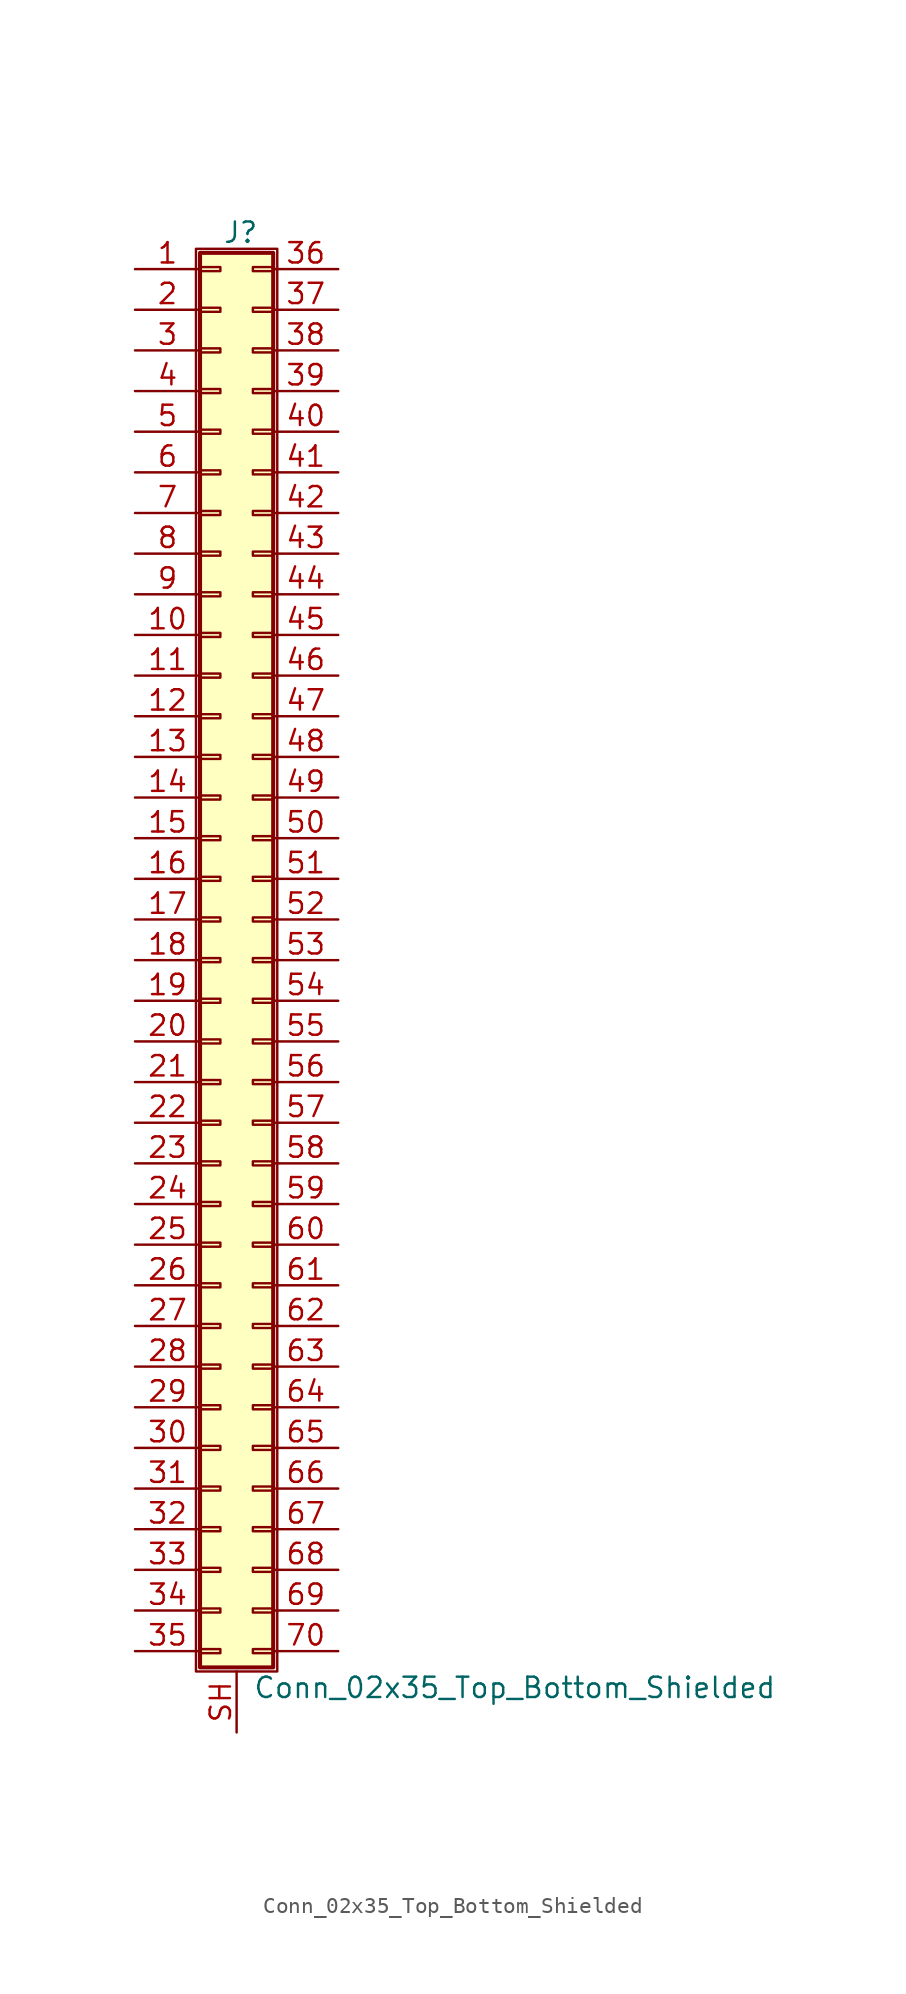
<source format=kicad_sym>
(kicad_symbol_lib
  (version 20211014)
  (generator kicad_symbol_editor)
  (symbol "Conn_02x35_Top_Bottom_Shielded"
    (pin_names
      (offset 1.016) hide)
    (property "Reference" "J"
      (at 1.524 45.466 0)
      (effects (font (size 1.27 1.27))))
    (property "Value" "Conn_02x35_Top_Bottom_Shielded"
      (at 2.286 -45.466 0)
      (effects (font (size 1.27 1.27)) (justify left)))
    (symbol "Conn_02x35_Top_Bottom_Shielded_1_1"
      (rectangle (start -1.27 44.45) (end 3.81 -44.45) (stroke (width 0.152) (type default) (color 0 0 0 0)) (fill (type none)))
      (rectangle (start -1.016 -43.053) (end 0.254 -43.307) (stroke (width 0.152) (type default) (color 0 0 0 0)) (fill (type none)))
      (rectangle (start -1.016 -40.513) (end 0.254 -40.767) (stroke (width 0.152) (type default) (color 0 0 0 0)) (fill (type none)))
      (rectangle (start -1.016 -37.973) (end 0.254 -38.227) (stroke (width 0.152) (type default) (color 0 0 0 0)) (fill (type none)))
      (rectangle (start -1.016 -35.433) (end 0.254 -35.687) (stroke (width 0.152) (type default) (color 0 0 0 0)) (fill (type none)))
      (rectangle (start -1.016 -32.893) (end 0.254 -33.147) (stroke (width 0.152) (type default) (color 0 0 0 0)) (fill (type none)))
      (rectangle (start -1.016 -30.353) (end 0.254 -30.607) (stroke (width 0.152) (type default) (color 0 0 0 0)) (fill (type none)))
      (rectangle (start -1.016 -27.813) (end 0.254 -28.067) (stroke (width 0.152) (type default) (color 0 0 0 0)) (fill (type none)))
      (rectangle (start -1.016 -25.273) (end 0.254 -25.527) (stroke (width 0.152) (type default) (color 0 0 0 0)) (fill (type none)))
      (rectangle (start -1.016 -22.733) (end 0.254 -22.987) (stroke (width 0.152) (type default) (color 0 0 0 0)) (fill (type none)))
      (rectangle (start -1.016 -20.193) (end 0.254 -20.447) (stroke (width 0.152) (type default) (color 0 0 0 0)) (fill (type none)))
      (rectangle (start -1.016 -17.653) (end 0.254 -17.907) (stroke (width 0.152) (type default) (color 0 0 0 0)) (fill (type none)))
      (rectangle (start -1.016 -15.113) (end 0.254 -15.367) (stroke (width 0.152) (type default) (color 0 0 0 0)) (fill (type none)))
      (rectangle (start -1.016 -12.573) (end 0.254 -12.827) (stroke (width 0.152) (type default) (color 0 0 0 0)) (fill (type none)))
      (rectangle (start -1.016 -10.033) (end 0.254 -10.287) (stroke (width 0.152) (type default) (color 0 0 0 0)) (fill (type none)))
      (rectangle (start -1.016 -7.493) (end 0.254 -7.747) (stroke (width 0.152) (type default) (color 0 0 0 0)) (fill (type none)))
      (rectangle (start -1.016 -4.953) (end 0.254 -5.207) (stroke (width 0.152) (type default) (color 0 0 0 0)) (fill (type none)))
      (rectangle (start -1.016 -2.413) (end 0.254 -2.667) (stroke (width 0.152) (type default) (color 0 0 0 0)) (fill (type none)))
      (rectangle (start -1.016 0.127) (end 0.254 -0.127) (stroke (width 0.152) (type default) (color 0 0 0 0)) (fill (type none)))
      (rectangle (start -1.016 2.667) (end 0.254 2.413) (stroke (width 0.152) (type default) (color 0 0 0 0)) (fill (type none)))
      (rectangle (start -1.016 5.207) (end 0.254 4.953) (stroke (width 0.152) (type default) (color 0 0 0 0)) (fill (type none)))
      (rectangle (start -1.016 7.747) (end 0.254 7.493) (stroke (width 0.152) (type default) (color 0 0 0 0)) (fill (type none)))
      (rectangle (start -1.016 10.287) (end 0.254 10.033) (stroke (width 0.152) (type default) (color 0 0 0 0)) (fill (type none)))
      (rectangle (start -1.016 12.827) (end 0.254 12.573) (stroke (width 0.152) (type default) (color 0 0 0 0)) (fill (type none)))
      (rectangle (start -1.016 15.367) (end 0.254 15.113) (stroke (width 0.152) (type default) (color 0 0 0 0)) (fill (type none)))
      (rectangle (start -1.016 17.907) (end 0.254 17.653) (stroke (width 0.152) (type default) (color 0 0 0 0)) (fill (type none)))
      (rectangle (start -1.016 20.447) (end 0.254 20.193) (stroke (width 0.152) (type default) (color 0 0 0 0)) (fill (type none)))
      (rectangle (start -1.016 22.987) (end 0.254 22.733) (stroke (width 0.152) (type default) (color 0 0 0 0)) (fill (type none)))
      (rectangle (start -1.016 25.527) (end 0.254 25.273) (stroke (width 0.152) (type default) (color 0 0 0 0)) (fill (type none)))
      (rectangle (start -1.016 28.067) (end 0.254 27.813) (stroke (width 0.152) (type default) (color 0 0 0 0)) (fill (type none)))
      (rectangle (start -1.016 30.607) (end 0.254 30.353) (stroke (width 0.152) (type default) (color 0 0 0 0)) (fill (type none)))
      (rectangle (start -1.016 33.147) (end 0.254 32.893) (stroke (width 0.152) (type default) (color 0 0 0 0)) (fill (type none)))
      (rectangle (start -1.016 35.687) (end 0.254 35.433) (stroke (width 0.152) (type default) (color 0 0 0 0)) (fill (type none)))
      (rectangle (start -1.016 38.227) (end 0.254 37.973) (stroke (width 0.152) (type default) (color 0 0 0 0)) (fill (type none)))
      (rectangle (start -1.016 40.767) (end 0.254 40.513) (stroke (width 0.152) (type default) (color 0 0 0 0)) (fill (type none)))
      (rectangle (start -1.016 43.307) (end 0.254 43.053) (stroke (width 0.152) (type default) (color 0 0 0 0)) (fill (type none)))
      (rectangle (start -1.016 44.196) (end 3.556 -44.196) (stroke (width 0.254) (type default) (color 0 0 0 0)) (fill (type background)))
      (rectangle (start 3.556 -43.053) (end 2.286 -43.307) (stroke (width 0.152) (type default) (color 0 0 0 0)) (fill (type none)))
      (rectangle (start 3.556 -40.513) (end 2.286 -40.767) (stroke (width 0.152) (type default) (color 0 0 0 0)) (fill (type none)))
      (rectangle (start 3.556 -37.973) (end 2.286 -38.227) (stroke (width 0.152) (type default) (color 0 0 0 0)) (fill (type none)))
      (rectangle (start 3.556 -35.433) (end 2.286 -35.687) (stroke (width 0.152) (type default) (color 0 0 0 0)) (fill (type none)))
      (rectangle (start 3.556 -32.893) (end 2.286 -33.147) (stroke (width 0.152) (type default) (color 0 0 0 0)) (fill (type none)))
      (rectangle (start 3.556 -30.353) (end 2.286 -30.607) (stroke (width 0.152) (type default) (color 0 0 0 0)) (fill (type none)))
      (rectangle (start 3.556 -27.813) (end 2.286 -28.067) (stroke (width 0.152) (type default) (color 0 0 0 0)) (fill (type none)))
      (rectangle (start 3.556 -25.273) (end 2.286 -25.527) (stroke (width 0.152) (type default) (color 0 0 0 0)) (fill (type none)))
      (rectangle (start 3.556 -22.733) (end 2.286 -22.987) (stroke (width 0.152) (type default) (color 0 0 0 0)) (fill (type none)))
      (rectangle (start 3.556 -20.193) (end 2.286 -20.447) (stroke (width 0.152) (type default) (color 0 0 0 0)) (fill (type none)))
      (rectangle (start 3.556 -17.653) (end 2.286 -17.907) (stroke (width 0.152) (type default) (color 0 0 0 0)) (fill (type none)))
      (rectangle (start 3.556 -15.113) (end 2.286 -15.367) (stroke (width 0.152) (type default) (color 0 0 0 0)) (fill (type none)))
      (rectangle (start 3.556 -12.573) (end 2.286 -12.827) (stroke (width 0.152) (type default) (color 0 0 0 0)) (fill (type none)))
      (rectangle (start 3.556 -10.033) (end 2.286 -10.287) (stroke (width 0.152) (type default) (color 0 0 0 0)) (fill (type none)))
      (rectangle (start 3.556 -7.493) (end 2.286 -7.747) (stroke (width 0.152) (type default) (color 0 0 0 0)) (fill (type none)))
      (rectangle (start 3.556 -4.953) (end 2.286 -5.207) (stroke (width 0.152) (type default) (color 0 0 0 0)) (fill (type none)))
      (rectangle (start 3.556 -2.413) (end 2.286 -2.667) (stroke (width 0.152) (type default) (color 0 0 0 0)) (fill (type none)))
      (rectangle (start 3.556 0.127) (end 2.286 -0.127) (stroke (width 0.152) (type default) (color 0 0 0 0)) (fill (type none)))
      (rectangle (start 3.556 2.667) (end 2.286 2.413) (stroke (width 0.152) (type default) (color 0 0 0 0)) (fill (type none)))
      (rectangle (start 3.556 5.207) (end 2.286 4.953) (stroke (width 0.152) (type default) (color 0 0 0 0)) (fill (type none)))
      (rectangle (start 3.556 7.747) (end 2.286 7.493) (stroke (width 0.152) (type default) (color 0 0 0 0)) (fill (type none)))
      (rectangle (start 3.556 10.287) (end 2.286 10.033) (stroke (width 0.152) (type default) (color 0 0 0 0)) (fill (type none)))
      (rectangle (start 3.556 12.827) (end 2.286 12.573) (stroke (width 0.152) (type default) (color 0 0 0 0)) (fill (type none)))
      (rectangle (start 3.556 15.367) (end 2.286 15.113) (stroke (width 0.152) (type default) (color 0 0 0 0)) (fill (type none)))
      (rectangle (start 3.556 17.907) (end 2.286 17.653) (stroke (width 0.152) (type default) (color 0 0 0 0)) (fill (type none)))
      (rectangle (start 3.556 20.447) (end 2.286 20.193) (stroke (width 0.152) (type default) (color 0 0 0 0)) (fill (type none)))
      (rectangle (start 3.556 22.987) (end 2.286 22.733) (stroke (width 0.152) (type default) (color 0 0 0 0)) (fill (type none)))
      (rectangle (start 3.556 25.527) (end 2.286 25.273) (stroke (width 0.152) (type default) (color 0 0 0 0)) (fill (type none)))
      (rectangle (start 3.556 28.067) (end 2.286 27.813) (stroke (width 0.152) (type default) (color 0 0 0 0)) (fill (type none)))
      (rectangle (start 3.556 30.607) (end 2.286 30.353) (stroke (width 0.152) (type default) (color 0 0 0 0)) (fill (type none)))
      (rectangle (start 3.556 33.147) (end 2.286 32.893) (stroke (width 0.152) (type default) (color 0 0 0 0)) (fill (type none)))
      (rectangle (start 3.556 35.687) (end 2.286 35.433) (stroke (width 0.152) (type default) (color 0 0 0 0)) (fill (type none)))
      (rectangle (start 3.556 38.227) (end 2.286 37.973) (stroke (width 0.152) (type default) (color 0 0 0 0)) (fill (type none)))
      (rectangle (start 3.556 40.767) (end 2.286 40.513) (stroke (width 0.152) (type default) (color 0 0 0 0)) (fill (type none)))
      (rectangle (start 3.556 43.307) (end 2.286 43.053) (stroke (width 0.152) (type default) (color 0 0 0 0)) (fill (type none)))
      (pin passive line (at -5.08 43.18 0) (length 4.064) (name "Pin_1" (effects (font (size 1.27 1.27)))) (number "1" (effects (font (size 1.27 1.27)))))
      (pin passive line (at -5.08 20.32 0) (length 4.064) (name "Pin_10" (effects (font (size 1.27 1.27)))) (number "10" (effects (font (size 1.27 1.27)))))
      (pin passive line (at -5.08 17.78 0) (length 4.064) (name "Pin_11" (effects (font (size 1.27 1.27)))) (number "11" (effects (font (size 1.27 1.27)))))
      (pin passive line (at -5.08 15.24 0) (length 4.064) (name "Pin_12" (effects (font (size 1.27 1.27)))) (number "12" (effects (font (size 1.27 1.27)))))
      (pin passive line (at -5.08 12.7 0) (length 4.064) (name "Pin_13" (effects (font (size 1.27 1.27)))) (number "13" (effects (font (size 1.27 1.27)))))
      (pin passive line (at -5.08 10.16 0) (length 4.064) (name "Pin_14" (effects (font (size 1.27 1.27)))) (number "14" (effects (font (size 1.27 1.27)))))
      (pin passive line (at -5.08 7.62 0) (length 4.064) (name "Pin_15" (effects (font (size 1.27 1.27)))) (number "15" (effects (font (size 1.27 1.27)))))
      (pin passive line (at -5.08 5.08 0) (length 4.064) (name "Pin_16" (effects (font (size 1.27 1.27)))) (number "16" (effects (font (size 1.27 1.27)))))
      (pin passive line (at -5.08 2.54 0) (length 4.064) (name "Pin_17" (effects (font (size 1.27 1.27)))) (number "17" (effects (font (size 1.27 1.27)))))
      (pin passive line (at -5.08 0 0) (length 4.064) (name "Pin_18" (effects (font (size 1.27 1.27)))) (number "18" (effects (font (size 1.27 1.27)))))
      (pin passive line (at -5.08 -2.54 0) (length 4.064) (name "Pin_19" (effects (font (size 1.27 1.27)))) (number "19" (effects (font (size 1.27 1.27)))))
      (pin passive line (at -5.08 40.64 0) (length 4.064) (name "Pin_2" (effects (font (size 1.27 1.27)))) (number "2" (effects (font (size 1.27 1.27)))))
      (pin passive line (at -5.08 -5.08 0) (length 4.064) (name "Pin_20" (effects (font (size 1.27 1.27)))) (number "20" (effects (font (size 1.27 1.27)))))
      (pin passive line (at -5.08 -7.62 0) (length 4.064) (name "Pin_21" (effects (font (size 1.27 1.27)))) (number "21" (effects (font (size 1.27 1.27)))))
      (pin passive line (at -5.08 -10.16 0) (length 4.064) (name "Pin_22" (effects (font (size 1.27 1.27)))) (number "22" (effects (font (size 1.27 1.27)))))
      (pin passive line (at -5.08 -12.7 0) (length 4.064) (name "Pin_23" (effects (font (size 1.27 1.27)))) (number "23" (effects (font (size 1.27 1.27)))))
      (pin passive line (at -5.08 -15.24 0) (length 4.064) (name "Pin_24" (effects (font (size 1.27 1.27)))) (number "24" (effects (font (size 1.27 1.27)))))
      (pin passive line (at -5.08 -17.78 0) (length 4.064) (name "Pin_25" (effects (font (size 1.27 1.27)))) (number "25" (effects (font (size 1.27 1.27)))))
      (pin passive line (at -5.08 -20.32 0) (length 4.064) (name "Pin_26" (effects (font (size 1.27 1.27)))) (number "26" (effects (font (size 1.27 1.27)))))
      (pin passive line (at -5.08 -22.86 0) (length 4.064) (name "Pin_27" (effects (font (size 1.27 1.27)))) (number "27" (effects (font (size 1.27 1.27)))))
      (pin passive line (at -5.08 -25.4 0) (length 4.064) (name "Pin_28" (effects (font (size 1.27 1.27)))) (number "28" (effects (font (size 1.27 1.27)))))
      (pin passive line (at -5.08 -27.94 0) (length 4.064) (name "Pin_29" (effects (font (size 1.27 1.27)))) (number "29" (effects (font (size 1.27 1.27)))))
      (pin passive line (at -5.08 38.1 0) (length 4.064) (name "Pin_3" (effects (font (size 1.27 1.27)))) (number "3" (effects (font (size 1.27 1.27)))))
      (pin passive line (at -5.08 -30.48 0) (length 4.064) (name "Pin_30" (effects (font (size 1.27 1.27)))) (number "30" (effects (font (size 1.27 1.27)))))
      (pin passive line (at -5.08 -33.02 0) (length 4.064) (name "Pin_31" (effects (font (size 1.27 1.27)))) (number "31" (effects (font (size 1.27 1.27)))))
      (pin passive line (at -5.08 -35.56 0) (length 4.064) (name "Pin_32" (effects (font (size 1.27 1.27)))) (number "32" (effects (font (size 1.27 1.27)))))
      (pin passive line (at -5.08 -38.1 0) (length 4.064) (name "Pin_33" (effects (font (size 1.27 1.27)))) (number "33" (effects (font (size 1.27 1.27)))))
      (pin passive line (at -5.08 -40.64 0) (length 4.064) (name "Pin_34" (effects (font (size 1.27 1.27)))) (number "34" (effects (font (size 1.27 1.27)))))
      (pin passive line (at -5.08 -43.18 0) (length 4.064) (name "Pin_35" (effects (font (size 1.27 1.27)))) (number "35" (effects (font (size 1.27 1.27)))))
      (pin passive line (at 7.62 43.18 180) (length 4.064) (name "Pin_36" (effects (font (size 1.27 1.27)))) (number "36" (effects (font (size 1.27 1.27)))))
      (pin passive line (at 7.62 40.64 180) (length 4.064) (name "Pin_37" (effects (font (size 1.27 1.27)))) (number "37" (effects (font (size 1.27 1.27)))))
      (pin passive line (at 7.62 38.1 180) (length 4.064) (name "Pin_38" (effects (font (size 1.27 1.27)))) (number "38" (effects (font (size 1.27 1.27)))))
      (pin passive line (at 7.62 35.56 180) (length 4.064) (name "Pin_39" (effects (font (size 1.27 1.27)))) (number "39" (effects (font (size 1.27 1.27)))))
      (pin passive line (at -5.08 35.56 0) (length 4.064) (name "Pin_4" (effects (font (size 1.27 1.27)))) (number "4" (effects (font (size 1.27 1.27)))))
      (pin passive line (at 7.62 33.02 180) (length 4.064) (name "Pin_40" (effects (font (size 1.27 1.27)))) (number "40" (effects (font (size 1.27 1.27)))))
      (pin passive line (at 7.62 30.48 180) (length 4.064) (name "Pin_41" (effects (font (size 1.27 1.27)))) (number "41" (effects (font (size 1.27 1.27)))))
      (pin passive line (at 7.62 27.94 180) (length 4.064) (name "Pin_42" (effects (font (size 1.27 1.27)))) (number "42" (effects (font (size 1.27 1.27)))))
      (pin passive line (at 7.62 25.4 180) (length 4.064) (name "Pin_43" (effects (font (size 1.27 1.27)))) (number "43" (effects (font (size 1.27 1.27)))))
      (pin passive line (at 7.62 22.86 180) (length 4.064) (name "Pin_44" (effects (font (size 1.27 1.27)))) (number "44" (effects (font (size 1.27 1.27)))))
      (pin passive line (at 7.62 20.32 180) (length 4.064) (name "Pin_45" (effects (font (size 1.27 1.27)))) (number "45" (effects (font (size 1.27 1.27)))))
      (pin passive line (at 7.62 17.78 180) (length 4.064) (name "Pin_46" (effects (font (size 1.27 1.27)))) (number "46" (effects (font (size 1.27 1.27)))))
      (pin passive line (at 7.62 15.24 180) (length 4.064) (name "Pin_47" (effects (font (size 1.27 1.27)))) (number "47" (effects (font (size 1.27 1.27)))))
      (pin passive line (at 7.62 12.7 180) (length 4.064) (name "Pin_48" (effects (font (size 1.27 1.27)))) (number "48" (effects (font (size 1.27 1.27)))))
      (pin passive line (at 7.62 10.16 180) (length 4.064) (name "Pin_49" (effects (font (size 1.27 1.27)))) (number "49" (effects (font (size 1.27 1.27)))))
      (pin passive line (at -5.08 33.02 0) (length 4.064) (name "Pin_5" (effects (font (size 1.27 1.27)))) (number "5" (effects (font (size 1.27 1.27)))))
      (pin passive line (at 7.62 7.62 180) (length 4.064) (name "Pin_50" (effects (font (size 1.27 1.27)))) (number "50" (effects (font (size 1.27 1.27)))))
      (pin passive line (at 7.62 5.08 180) (length 4.064) (name "Pin_51" (effects (font (size 1.27 1.27)))) (number "51" (effects (font (size 1.27 1.27)))))
      (pin passive line (at 7.62 2.54 180) (length 4.064) (name "Pin_52" (effects (font (size 1.27 1.27)))) (number "52" (effects (font (size 1.27 1.27)))))
      (pin passive line (at 7.62 0 180) (length 4.064) (name "Pin_53" (effects (font (size 1.27 1.27)))) (number "53" (effects (font (size 1.27 1.27)))))
      (pin passive line (at 7.62 -2.54 180) (length 4.064) (name "Pin_54" (effects (font (size 1.27 1.27)))) (number "54" (effects (font (size 1.27 1.27)))))
      (pin passive line (at 7.62 -5.08 180) (length 4.064) (name "Pin_55" (effects (font (size 1.27 1.27)))) (number "55" (effects (font (size 1.27 1.27)))))
      (pin passive line (at 7.62 -7.62 180) (length 4.064) (name "Pin_56" (effects (font (size 1.27 1.27)))) (number "56" (effects (font (size 1.27 1.27)))))
      (pin passive line (at 7.62 -10.16 180) (length 4.064) (name "Pin_57" (effects (font (size 1.27 1.27)))) (number "57" (effects (font (size 1.27 1.27)))))
      (pin passive line (at 7.62 -12.7 180) (length 4.064) (name "Pin_58" (effects (font (size 1.27 1.27)))) (number "58" (effects (font (size 1.27 1.27)))))
      (pin passive line (at 7.62 -15.24 180) (length 4.064) (name "Pin_59" (effects (font (size 1.27 1.27)))) (number "59" (effects (font (size 1.27 1.27)))))
      (pin passive line (at -5.08 30.48 0) (length 4.064) (name "Pin_6" (effects (font (size 1.27 1.27)))) (number "6" (effects (font (size 1.27 1.27)))))
      (pin passive line (at 7.62 -17.78 180) (length 4.064) (name "Pin_60" (effects (font (size 1.27 1.27)))) (number "60" (effects (font (size 1.27 1.27)))))
      (pin passive line (at 7.62 -20.32 180) (length 4.064) (name "Pin_61" (effects (font (size 1.27 1.27)))) (number "61" (effects (font (size 1.27 1.27)))))
      (pin passive line (at 7.62 -22.86 180) (length 4.064) (name "Pin_62" (effects (font (size 1.27 1.27)))) (number "62" (effects (font (size 1.27 1.27)))))
      (pin passive line (at 7.62 -25.4 180) (length 4.064) (name "Pin_63" (effects (font (size 1.27 1.27)))) (number "63" (effects (font (size 1.27 1.27)))))
      (pin passive line (at 7.62 -27.94 180) (length 4.064) (name "Pin_64" (effects (font (size 1.27 1.27)))) (number "64" (effects (font (size 1.27 1.27)))))
      (pin passive line (at 7.62 -30.48 180) (length 4.064) (name "Pin_65" (effects (font (size 1.27 1.27)))) (number "65" (effects (font (size 1.27 1.27)))))
      (pin passive line (at 7.62 -33.02 180) (length 4.064) (name "Pin_66" (effects (font (size 1.27 1.27)))) (number "66" (effects (font (size 1.27 1.27)))))
      (pin passive line (at 7.62 -35.56 180) (length 4.064) (name "Pin_67" (effects (font (size 1.27 1.27)))) (number "67" (effects (font (size 1.27 1.27)))))
      (pin passive line (at 7.62 -38.1 180) (length 4.064) (name "Pin_68" (effects (font (size 1.27 1.27)))) (number "68" (effects (font (size 1.27 1.27)))))
      (pin passive line (at 7.62 -40.64 180) (length 4.064) (name "Pin_69" (effects (font (size 1.27 1.27)))) (number "69" (effects (font (size 1.27 1.27)))))
      (pin passive line (at -5.08 27.94 0) (length 4.064) (name "Pin_7" (effects (font (size 1.27 1.27)))) (number "7" (effects (font (size 1.27 1.27)))))
      (pin passive line (at 7.62 -43.18 180) (length 4.064) (name "Pin_70" (effects (font (size 1.27 1.27)))) (number "70" (effects (font (size 1.27 1.27)))))
      (pin passive line (at -5.08 25.4 0) (length 4.064) (name "Pin_8" (effects (font (size 1.27 1.27)))) (number "8" (effects (font (size 1.27 1.27)))))
      (pin passive line (at -5.08 22.86 0) (length 4.064) (name "Pin_9" (effects (font (size 1.27 1.27)))) (number "9" (effects (font (size 1.27 1.27)))))
      (pin passive line (at 1.27 -48.26 90) (length 3.81) (name "Shield" (effects (font (size 1.27 1.27)))) (number "SH" (effects (font (size 1.27 1.27))))))))
</source>
